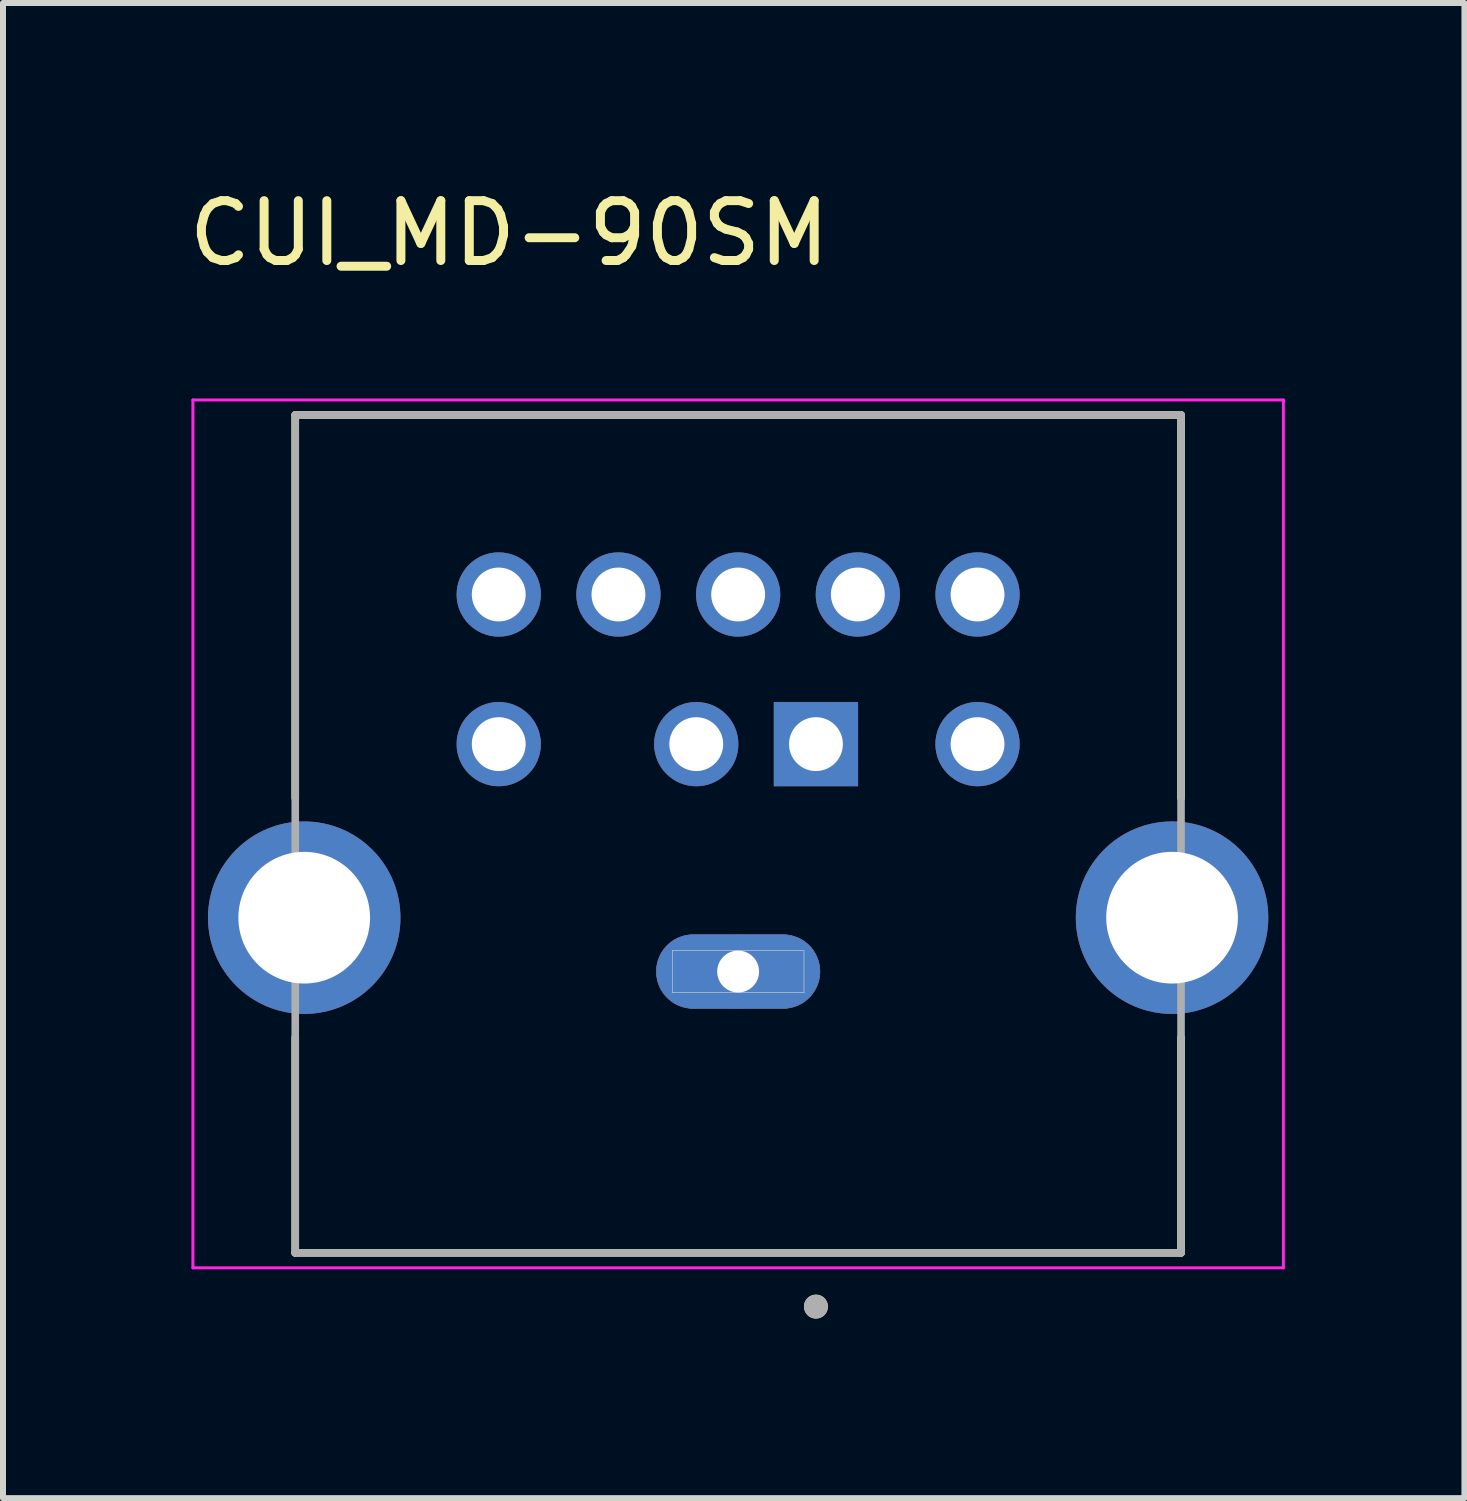
<source format=kicad_pcb>
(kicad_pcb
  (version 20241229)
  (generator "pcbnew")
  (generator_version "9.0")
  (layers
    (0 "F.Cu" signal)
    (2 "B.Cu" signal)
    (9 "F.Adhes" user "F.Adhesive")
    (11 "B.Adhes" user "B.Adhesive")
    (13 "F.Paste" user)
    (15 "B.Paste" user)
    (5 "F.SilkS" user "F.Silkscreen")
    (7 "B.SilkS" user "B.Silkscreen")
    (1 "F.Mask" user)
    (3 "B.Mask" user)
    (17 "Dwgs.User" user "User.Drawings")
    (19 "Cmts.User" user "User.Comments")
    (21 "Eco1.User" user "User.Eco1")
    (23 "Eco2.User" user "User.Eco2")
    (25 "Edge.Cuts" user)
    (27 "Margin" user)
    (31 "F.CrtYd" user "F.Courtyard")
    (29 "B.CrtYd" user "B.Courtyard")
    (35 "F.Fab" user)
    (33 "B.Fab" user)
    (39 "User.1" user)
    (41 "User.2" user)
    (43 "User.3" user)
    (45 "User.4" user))
  (footprint "CUI_MD-90SM"
    (layer "F.Cu")
    (at 9.283 13.183)
    (property "Reference" "CUI_MD-90SM" (at -3.825 -12.335 0) (layer "F.SilkS") (effects (font (size 1 1) (thickness 0.15))))
    (attr through_hole)
    (fp_poly (pts (xy 0 0.615) (xy -0.75 0.615) (xy -0.782 0.614) (xy -0.814 0.612) (xy -0.846 0.607) (xy -0.878 0.602) (xy -0.909 0.594) (xy -0.94 0.585) (xy -0.97 0.574) (xy -1 0.562) (xy -1.029 0.548) (xy -1.058 0.533) (xy -1.085 0.516) (xy -1.111 0.498) (xy -1.137 0.478) (xy -1.162 0.457) (xy -1.185 0.435) (xy -1.207 0.412) (xy -1.228 0.387) (xy -1.248 0.361) (xy -1.266 0.335) (xy -1.283 0.308) (xy -1.298 0.279) (xy -1.312 0.25) (xy -1.324 0.22) (xy -1.335 0.19) (xy -1.344 0.159) (xy -1.352 0.128) (xy -1.357 0.096) (xy -1.362 0.064) (xy -1.364 0.032) (xy -1.365 0) (xy -1.364 -0.032) (xy -1.362 -0.064) (xy -1.357 -0.096) (xy -1.352 -0.128) (xy -1.344 -0.159) (xy -1.335 -0.19) (xy -1.324 -0.22) (xy -1.312 -0.25) (xy -1.298 -0.279) (xy -1.283 -0.307) (xy -1.266 -0.335) (xy -1.248 -0.361) (xy -1.228 -0.387) (xy -1.207 -0.412) (xy -1.185 -0.435) (xy -1.162 -0.457) (xy -1.137 -0.478) (xy -1.111 -0.498) (xy -1.085 -0.516) (xy -1.058 -0.533) (xy -1.029 -0.548) (xy -1 -0.562) (xy -0.97 -0.574) (xy -0.94 -0.585) (xy -0.909 -0.594) (xy -0.878 -0.602) (xy -0.846 -0.607) (xy -0.814 -0.612) (xy -0.782 -0.614) (xy -0.75 -0.615) (xy 0 -0.615) (xy 0.75 -0.615) (xy 0.782 -0.614) (xy 0.814 -0.612) (xy 0.846 -0.607) (xy 0.878 -0.602) (xy 0.909 -0.594) (xy 0.94 -0.585) (xy 0.97 -0.574) (xy 1 -0.562) (xy 1.029 -0.548) (xy 1.058 -0.533) (xy 1.085 -0.516) (xy 1.111 -0.498) (xy 1.137 -0.478) (xy 1.162 -0.457) (xy 1.185 -0.435) (xy 1.207 -0.412) (xy 1.228 -0.387) (xy 1.248 -0.361) (xy 1.266 -0.335) (xy 1.283 -0.307) (xy 1.298 -0.279) (xy 1.312 -0.25) (xy 1.324 -0.22) (xy 1.335 -0.19) (xy 1.344 -0.159) (xy 1.352 -0.128) (xy 1.357 -0.096) (xy 1.362 -0.064) (xy 1.364 -0.032) (xy 1.365 0) (xy 1.364 0.032) (xy 1.362 0.064) (xy 1.357 0.096) (xy 1.352 0.128) (xy 1.344 0.159) (xy 1.335 0.19) (xy 1.324 0.22) (xy 1.312 0.25) (xy 1.298 0.279) (xy 1.283 0.307) (xy 1.266 0.335) (xy 1.248 0.361) (xy 1.228 0.387) (xy 1.207 0.412) (xy 1.185 0.435) (xy 1.162 0.457) (xy 1.137 0.478) (xy 1.111 0.498) (xy 1.085 0.516) (xy 1.058 0.533) (xy 1.029 0.548) (xy 1 0.562) (xy 0.97 0.574) (xy 0.94 0.585) (xy 0.909 0.594) (xy 0.878 0.602) (xy 0.846 0.607) (xy 0.814 0.612) (xy 0.782 0.614) (xy 0.75 0.615) (xy 0 0.615)) (stroke (width 0.01) (type solid)) (fill yes) (layer "F.Cu"))
    (fp_poly (pts (xy 0 0.715) (xy -0.75 0.715) (xy -0.787 0.714) (xy -0.825 0.711) (xy -0.862 0.706) (xy -0.899 0.699) (xy -0.935 0.691) (xy -0.971 0.68) (xy -1.006 0.668) (xy -1.041 0.653) (xy -1.075 0.637) (xy -1.107 0.619) (xy -1.139 0.6) (xy -1.17 0.578) (xy -1.2 0.556) (xy -1.228 0.531) (xy -1.256 0.506) (xy -1.281 0.478) (xy -1.306 0.45) (xy -1.328 0.42) (xy -1.35 0.389) (xy -1.369 0.357) (xy -1.387 0.325) (xy -1.403 0.291) (xy -1.418 0.256) (xy -1.43 0.221) (xy -1.441 0.185) (xy -1.449 0.149) (xy -1.456 0.112) (xy -1.461 0.075) (xy -1.464 0.037) (xy -1.465 0) (xy -1.464 -0.037) (xy -1.461 -0.075) (xy -1.456 -0.112) (xy -1.449 -0.149) (xy -1.441 -0.185) (xy -1.43 -0.221) (xy -1.418 -0.256) (xy -1.403 -0.291) (xy -1.387 -0.325) (xy -1.369 -0.357) (xy -1.35 -0.389) (xy -1.328 -0.42) (xy -1.306 -0.45) (xy -1.281 -0.478) (xy -1.256 -0.506) (xy -1.228 -0.531) (xy -1.2 -0.556) (xy -1.17 -0.578) (xy -1.139 -0.6) (xy -1.107 -0.619) (xy -1.075 -0.637) (xy -1.041 -0.653) (xy -1.006 -0.668) (xy -0.971 -0.68) (xy -0.935 -0.691) (xy -0.899 -0.699) (xy -0.862 -0.706) (xy -0.825 -0.711) (xy -0.787 -0.714) (xy -0.75 -0.715) (xy 0 -0.715) (xy 0.75 -0.715) (xy 0.787 -0.714) (xy 0.825 -0.711) (xy 0.862 -0.706) (xy 0.899 -0.699) (xy 0.935 -0.691) (xy 0.971 -0.68) (xy 1.006 -0.668) (xy 1.041 -0.653) (xy 1.075 -0.637) (xy 1.107 -0.619) (xy 1.139 -0.6) (xy 1.17 -0.578) (xy 1.2 -0.556) (xy 1.228 -0.531) (xy 1.256 -0.506) (xy 1.281 -0.478) (xy 1.306 -0.45) (xy 1.328 -0.42) (xy 1.35 -0.389) (xy 1.369 -0.357) (xy 1.387 -0.325) (xy 1.403 -0.291) (xy 1.418 -0.256) (xy 1.43 -0.221) (xy 1.441 -0.185) (xy 1.449 -0.149) (xy 1.456 -0.112) (xy 1.461 -0.075) (xy 1.464 -0.037) (xy 1.465 0) (xy 1.464 0.037) (xy 1.461 0.075) (xy 1.456 0.112) (xy 1.449 0.149) (xy 1.441 0.185) (xy 1.43 0.221) (xy 1.418 0.256) (xy 1.403 0.291) (xy 1.387 0.325) (xy 1.369 0.357) (xy 1.35 0.389) (xy 1.328 0.42) (xy 1.306 0.45) (xy 1.281 0.478) (xy 1.256 0.506) (xy 1.228 0.531) (xy 1.2 0.556) (xy 1.17 0.578) (xy 1.139 0.6) (xy 1.107 0.619) (xy 1.075 0.637) (xy 1.041 0.653) (xy 1.006 0.668) (xy 0.971 0.68) (xy 0.935 0.691) (xy 0.899 0.699) (xy 0.862 0.706) (xy 0.825 0.711) (xy 0.787 0.714) (xy 0.75 0.715) (xy 0 0.715)) (stroke (width 0.01) (type solid)) (fill yes) (layer "F.Mask"))
    (fp_poly (pts (xy 0 0.615) (xy -0.75 0.615) (xy -0.782 0.614) (xy -0.814 0.612) (xy -0.846 0.607) (xy -0.878 0.602) (xy -0.909 0.594) (xy -0.94 0.585) (xy -0.97 0.574) (xy -1 0.562) (xy -1.029 0.548) (xy -1.058 0.533) (xy -1.085 0.516) (xy -1.111 0.498) (xy -1.137 0.478) (xy -1.162 0.457) (xy -1.185 0.435) (xy -1.207 0.412) (xy -1.228 0.387) (xy -1.248 0.361) (xy -1.266 0.335) (xy -1.283 0.308) (xy -1.298 0.279) (xy -1.312 0.25) (xy -1.324 0.22) (xy -1.335 0.19) (xy -1.344 0.159) (xy -1.352 0.128) (xy -1.357 0.096) (xy -1.362 0.064) (xy -1.364 0.032) (xy -1.365 0) (xy -1.364 -0.032) (xy -1.362 -0.064) (xy -1.357 -0.096) (xy -1.352 -0.128) (xy -1.344 -0.159) (xy -1.335 -0.19) (xy -1.324 -0.22) (xy -1.312 -0.25) (xy -1.298 -0.279) (xy -1.283 -0.307) (xy -1.266 -0.335) (xy -1.248 -0.361) (xy -1.228 -0.387) (xy -1.207 -0.412) (xy -1.185 -0.435) (xy -1.162 -0.457) (xy -1.137 -0.478) (xy -1.111 -0.498) (xy -1.085 -0.516) (xy -1.058 -0.533) (xy -1.029 -0.548) (xy -1 -0.562) (xy -0.97 -0.574) (xy -0.94 -0.585) (xy -0.909 -0.594) (xy -0.878 -0.602) (xy -0.846 -0.607) (xy -0.814 -0.612) (xy -0.782 -0.614) (xy -0.75 -0.615) (xy 0 -0.615) (xy 0.75 -0.615) (xy 0.782 -0.614) (xy 0.814 -0.612) (xy 0.846 -0.607) (xy 0.878 -0.602) (xy 0.909 -0.594) (xy 0.94 -0.585) (xy 0.97 -0.574) (xy 1 -0.562) (xy 1.029 -0.548) (xy 1.058 -0.533) (xy 1.085 -0.516) (xy 1.111 -0.498) (xy 1.137 -0.478) (xy 1.162 -0.457) (xy 1.185 -0.435) (xy 1.207 -0.412) (xy 1.228 -0.387) (xy 1.248 -0.361) (xy 1.266 -0.335) (xy 1.283 -0.307) (xy 1.298 -0.279) (xy 1.312 -0.25) (xy 1.324 -0.22) (xy 1.335 -0.19) (xy 1.344 -0.159) (xy 1.352 -0.128) (xy 1.357 -0.096) (xy 1.362 -0.064) (xy 1.364 -0.032) (xy 1.365 0) (xy 1.364 0.032) (xy 1.362 0.064) (xy 1.357 0.096) (xy 1.352 0.128) (xy 1.344 0.159) (xy 1.335 0.19) (xy 1.324 0.22) (xy 1.312 0.25) (xy 1.298 0.279) (xy 1.283 0.307) (xy 1.266 0.335) (xy 1.248 0.361) (xy 1.228 0.387) (xy 1.207 0.412) (xy 1.185 0.435) (xy 1.162 0.457) (xy 1.137 0.478) (xy 1.111 0.498) (xy 1.085 0.516) (xy 1.058 0.533) (xy 1.029 0.548) (xy 1 0.562) (xy 0.97 0.574) (xy 0.94 0.585) (xy 0.909 0.594) (xy 0.878 0.602) (xy 0.846 0.607) (xy 0.814 0.612) (xy 0.782 0.614) (xy 0.75 0.615) (xy 0 0.615)) (stroke (width 0.01) (type solid)) (fill yes) (layer "B.Cu"))
    (fp_poly (pts (xy 0 0.715) (xy -0.75 0.715) (xy -0.787 0.714) (xy -0.825 0.711) (xy -0.862 0.706) (xy -0.899 0.699) (xy -0.935 0.691) (xy -0.971 0.68) (xy -1.006 0.668) (xy -1.041 0.653) (xy -1.075 0.637) (xy -1.107 0.619) (xy -1.139 0.6) (xy -1.17 0.578) (xy -1.2 0.556) (xy -1.228 0.531) (xy -1.256 0.506) (xy -1.281 0.478) (xy -1.306 0.45) (xy -1.328 0.42) (xy -1.35 0.389) (xy -1.369 0.357) (xy -1.387 0.325) (xy -1.403 0.291) (xy -1.418 0.256) (xy -1.43 0.221) (xy -1.441 0.185) (xy -1.449 0.149) (xy -1.456 0.112) (xy -1.461 0.075) (xy -1.464 0.037) (xy -1.465 0) (xy -1.464 -0.037) (xy -1.461 -0.075) (xy -1.456 -0.112) (xy -1.449 -0.149) (xy -1.441 -0.185) (xy -1.43 -0.221) (xy -1.418 -0.256) (xy -1.403 -0.291) (xy -1.387 -0.325) (xy -1.369 -0.357) (xy -1.35 -0.389) (xy -1.328 -0.42) (xy -1.306 -0.45) (xy -1.281 -0.478) (xy -1.256 -0.506) (xy -1.228 -0.531) (xy -1.2 -0.556) (xy -1.17 -0.578) (xy -1.139 -0.6) (xy -1.107 -0.619) (xy -1.075 -0.637) (xy -1.041 -0.653) (xy -1.006 -0.668) (xy -0.971 -0.68) (xy -0.935 -0.691) (xy -0.899 -0.699) (xy -0.862 -0.706) (xy -0.825 -0.711) (xy -0.787 -0.714) (xy -0.75 -0.715) (xy 0 -0.715) (xy 0.75 -0.715) (xy 0.787 -0.714) (xy 0.825 -0.711) (xy 0.862 -0.706) (xy 0.899 -0.699) (xy 0.935 -0.691) (xy 0.971 -0.68) (xy 1.006 -0.668) (xy 1.041 -0.653) (xy 1.075 -0.637) (xy 1.107 -0.619) (xy 1.139 -0.6) (xy 1.17 -0.578) (xy 1.2 -0.556) (xy 1.228 -0.531) (xy 1.256 -0.506) (xy 1.281 -0.478) (xy 1.306 -0.45) (xy 1.328 -0.42) (xy 1.35 -0.389) (xy 1.369 -0.357) (xy 1.387 -0.325) (xy 1.403 -0.291) (xy 1.418 -0.256) (xy 1.43 -0.221) (xy 1.441 -0.185) (xy 1.449 -0.149) (xy 1.456 -0.112) (xy 1.461 -0.075) (xy 1.464 -0.037) (xy 1.465 0) (xy 1.464 0.037) (xy 1.461 0.075) (xy 1.456 0.112) (xy 1.449 0.149) (xy 1.441 0.185) (xy 1.43 0.221) (xy 1.418 0.256) (xy 1.403 0.291) (xy 1.387 0.325) (xy 1.369 0.357) (xy 1.35 0.389) (xy 1.328 0.42) (xy 1.306 0.45) (xy 1.281 0.478) (xy 1.256 0.506) (xy 1.228 0.531) (xy 1.2 0.556) (xy 1.17 0.578) (xy 1.139 0.6) (xy 1.107 0.619) (xy 1.075 0.637) (xy 1.041 0.653) (xy 1.006 0.668) (xy 0.971 0.68) (xy 0.935 0.691) (xy 0.899 0.699) (xy 0.862 0.706) (xy 0.825 0.711) (xy 0.787 0.714) (xy 0.75 0.715) (xy 0 0.715)) (stroke (width 0.01) (type solid)) (fill yes) (layer "B.Mask"))
    (fp_line (start -7.4 -9.3) (end 7.4 -9.3) (stroke (width 0.127) (type solid)) (layer "F.SilkS"))
    (fp_line (start -7.4 -2.9) (end -7.4 -9.3) (stroke (width 0.127) (type solid)) (layer "F.SilkS"))
    (fp_line (start -7.4 4.7) (end -7.4 1.1) (stroke (width 0.127) (type solid)) (layer "F.SilkS"))
    (fp_line (start 7.4 -9.3) (end 7.4 -2.9) (stroke (width 0.127) (type solid)) (layer "F.SilkS"))
    (fp_line (start 7.4 4.7) (end -7.4 4.7) (stroke (width 0.127) (type solid)) (layer "F.SilkS"))
    (fp_line (start 7.4 4.7) (end 7.4 1.1) (stroke (width 0.127) (type solid)) (layer "F.SilkS"))
    (fp_circle (center 1.3 5.598) (end 1.4 5.598) (stroke (width 0.2) (type solid)) (fill no) (layer "F.SilkS"))
    (fp_line (start -1.1 -0.35) (end 1.1 -0.35) (stroke (width 0.01) (type solid)) (layer "Edge.Cuts"))
    (fp_line (start -1.1 0.35) (end -1.1 -0.35) (stroke (width 0.01) (type solid)) (layer "Edge.Cuts"))
    (fp_line (start 1.1 -0.35) (end 1.1 0.35) (stroke (width 0.01) (type solid)) (layer "Edge.Cuts"))
    (fp_line (start 1.1 0.35) (end -1.1 0.35) (stroke (width 0.01) (type solid)) (layer "Edge.Cuts"))
    (fp_line (start -9.11 -9.55) (end -9.11 4.95) (stroke (width 0.05) (type solid)) (layer "F.CrtYd"))
    (fp_line (start -9.11 4.95) (end 9.11 4.95) (stroke (width 0.05) (type solid)) (layer "F.CrtYd"))
    (fp_line (start 9.11 -9.55) (end -9.11 -9.55) (stroke (width 0.05) (type solid)) (layer "F.CrtYd"))
    (fp_line (start 9.11 4.95) (end 9.11 -9.55) (stroke (width 0.05) (type solid)) (layer "F.CrtYd"))
    (fp_line (start -7.4 -9.3) (end 7.4 -9.3) (stroke (width 0.127) (type solid)) (layer "F.Fab"))
    (fp_line (start -7.4 4.7) (end -7.4 -9.3) (stroke (width 0.127) (type solid)) (layer "F.Fab"))
    (fp_line (start 7.4 -9.3) (end 7.4 4.7) (stroke (width 0.127) (type solid)) (layer "F.Fab"))
    (fp_line (start 7.4 4.7) (end -7.4 4.7) (stroke (width 0.127) (type solid)) (layer "F.Fab"))
    (fp_circle (center 1.3 5.598) (end 1.4 5.598) (stroke (width 0.2) (type solid)) (fill no) (layer "F.Fab"))
    (pad "1" thru_hole rect (at 1.3 -3.8) (size 1.408 1.408) (drill 0.9) (layers "*.Cu" "*.Mask"))
    (pad "2" thru_hole circle (at -0.7 -3.8) (size 1.408 1.408) (drill 0.9) (layers "*.Cu" "*.Mask"))
    (pad "3" thru_hole circle (at 4 -3.8) (size 1.408 1.408) (drill 0.9) (layers "*.Cu" "*.Mask"))
    (pad "4" thru_hole circle (at 2 -6.3) (size 1.408 1.408) (drill 0.9) (layers "*.Cu" "*.Mask"))
    (pad "5" thru_hole circle (at 0 -6.3) (size 1.408 1.408) (drill 0.9) (layers "*.Cu" "*.Mask"))
    (pad "6" thru_hole circle (at -4 -3.8) (size 1.408 1.408) (drill 0.9) (layers "*.Cu" "*.Mask"))
    (pad "7" thru_hole circle (at 4 -6.3) (size 1.408 1.408) (drill 0.9) (layers "*.Cu" "*.Mask"))
    (pad "8" thru_hole circle (at -2 -6.3) (size 1.408 1.408) (drill 0.9) (layers "*.Cu" "*.Mask"))
    (pad "9" thru_hole circle (at -4 -6.3) (size 1.408 1.408) (drill 0.9) (layers "*.Cu" "*.Mask"))
    (pad "S1" thru_hole circle (at 0 0) (size 1.23 1.23) (drill 0.7) (layers "*.Cu"))
    (pad "S2" thru_hole circle (at -7.25 -0.9) (size 3.216 3.216) (drill 2.2) (layers "*.Cu" "*.Mask"))
    (pad "S3" thru_hole circle (at 7.25 -0.9) (size 3.216 3.216) (drill 2.2) (layers "*.Cu" "*.Mask")))
  (gr_rect
    (start -3 -3)
    (end 21.418 21.981)
    (stroke (width 0.1) (type default))
    (fill no)
    (layer "Edge.Cuts")))
</source>
